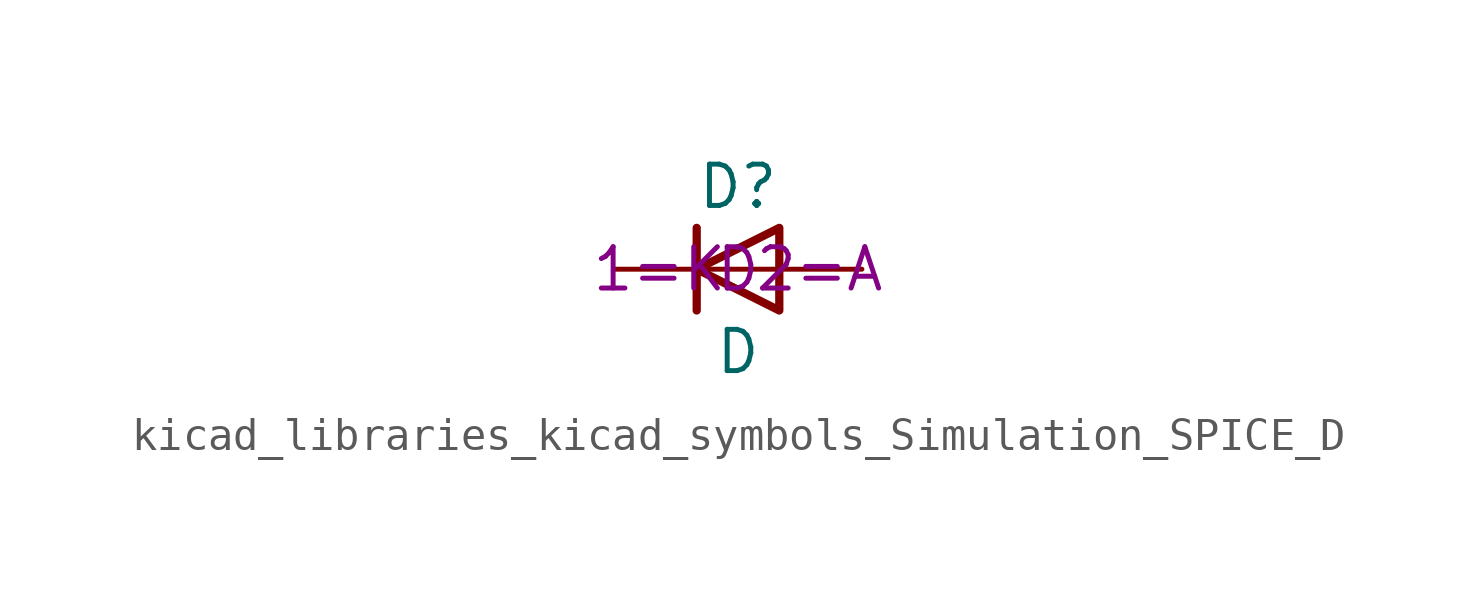
<source format=kicad_sym>
(kicad_symbol_lib
  (version 20220914)
  (generator kicad_symbol_editor)
  (symbol "kicad_libraries_kicad_symbols_Simulation_SPICE_D"
    (pin_numbers hide)
    (pin_names
      (offset 1.016) hide)
    (property "Reference" "D"
      (at 0 2.54 0)
      (effects (font (size 1.27 1.27))))
    (property "Value" "D"
      (at 0 -2.54 0)
      (effects (font (size 1.27 1.27))))
    (property "Sim.Device" "D"
      (at 0 0 0)
      (effects (font (size 1.27 1.27))))
    (property "Sim.Pins" "1=K 2=A"
      (at 0 0 0)
      (effects (font (size 1.27 1.27))))
    (symbol "kicad_libraries_kicad_symbols_Simulation_SPICE_D_0_1"
      (polyline (pts (xy -1.27 1.27) (xy -1.27 -1.27)) (stroke (width 0.254) (type default)) (fill (type none)))
      (polyline (pts (xy 1.27 0) (xy -1.27 0)) (stroke (width 0) (type default)) (fill (type none)))
      (polyline (pts (xy 1.27 1.27) (xy 1.27 -1.27) (xy -1.27 0) (xy 1.27 1.27)) (stroke (width 0.254) (type default)) (fill (type none))))
    (symbol "kicad_libraries_kicad_symbols_Simulation_SPICE_D_1_1"
      (pin passive line (at -3.81 0 0) (length 2.54) (name "K" (effects (font (size 1.27 1.27)))) (number "1" (effects (font (size 1.27 1.27)))))
      (pin passive line (at 3.81 0 180) (length 2.54) (name "A" (effects (font (size 1.27 1.27)))) (number "2" (effects (font (size 1.27 1.27))))))))
</source>
